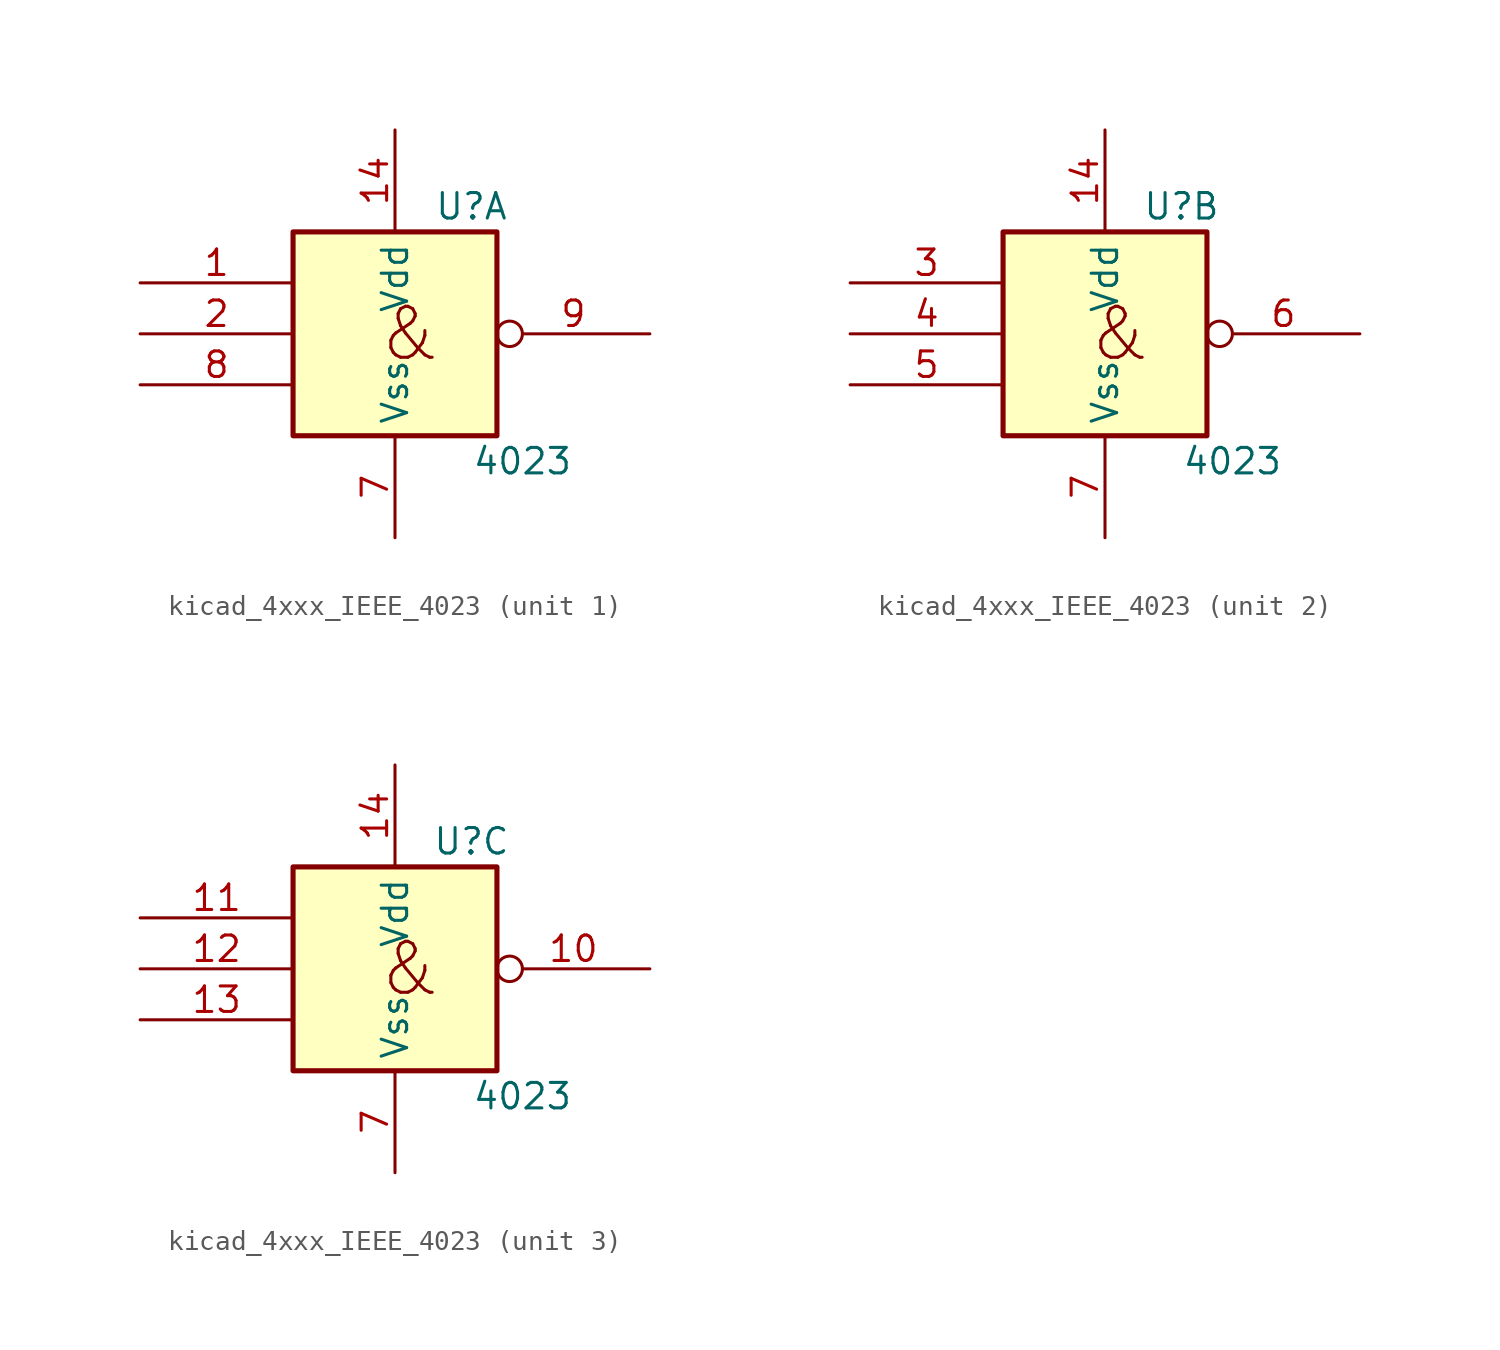
<source format=kicad_sym>
(kicad_symbol_lib
  (version 20220914)
  (generator kicad_symbol_editor)
  (symbol "kicad_4xxx_IEEE_4023"
    (property "Reference" "U"
      (at 3.81 6.35 0)
      (effects (font (size 1.27 1.27))))
    (property "Value" "4023"
      (at 6.35 -6.35 0)
      (effects (font (size 1.27 1.27))))
    (symbol "kicad_4xxx_IEEE_4023_0_0"
      (rectangle (start -5.08 5.08) (end 5.08 -5.08) (stroke (width 0.254) (type default)) (fill (type background)))
      (text "&" (at 0.762 0 0) (effects (font (size 2.54 2.54)))))
    (symbol "kicad_4xxx_IEEE_4023_0_1"
      (pin power_in line (at 0 10.16 270) (length 5.08) (name "Vdd" (effects (font (size 1.27 1.27)))) (number "14" (effects (font (size 1.27 1.27)))))
      (pin power_in line (at 0 -10.16 90) (length 5.08) (name "Vss" (effects (font (size 1.27 1.27)))) (number "7" (effects (font (size 1.27 1.27))))))
    (symbol "kicad_4xxx_IEEE_4023_1_1"
      (pin input line (at -12.7 2.54 0) (length 7.62) (name "~" (effects (font (size 1.27 1.27)))) (number "1" (effects (font (size 1.27 1.27)))))
      (pin input line (at -12.7 0 0) (length 7.62) (name "~" (effects (font (size 1.27 1.27)))) (number "2" (effects (font (size 1.27 1.27)))))
      (pin input line (at -12.7 -2.54 0) (length 7.62) (name "~" (effects (font (size 1.27 1.27)))) (number "8" (effects (font (size 1.27 1.27)))))
      (pin output inverted (at 12.7 0 180) (length 7.62) (name "~" (effects (font (size 1.27 1.27)))) (number "9" (effects (font (size 1.27 1.27))))))
    (symbol "kicad_4xxx_IEEE_4023_2_1"
      (pin input line (at -12.7 2.54 0) (length 7.62) (name "~" (effects (font (size 1.27 1.27)))) (number "3" (effects (font (size 1.27 1.27)))))
      (pin input line (at -12.7 0 0) (length 7.62) (name "~" (effects (font (size 1.27 1.27)))) (number "4" (effects (font (size 1.27 1.27)))))
      (pin input line (at -12.7 -2.54 0) (length 7.62) (name "~" (effects (font (size 1.27 1.27)))) (number "5" (effects (font (size 1.27 1.27)))))
      (pin output inverted (at 12.7 0 180) (length 7.62) (name "~" (effects (font (size 1.27 1.27)))) (number "6" (effects (font (size 1.27 1.27))))))
    (symbol "kicad_4xxx_IEEE_4023_3_1"
      (pin output inverted (at 12.7 0 180) (length 7.62) (name "~" (effects (font (size 1.27 1.27)))) (number "10" (effects (font (size 1.27 1.27)))))
      (pin input line (at -12.7 2.54 0) (length 7.62) (name "~" (effects (font (size 1.27 1.27)))) (number "11" (effects (font (size 1.27 1.27)))))
      (pin input line (at -12.7 0 0) (length 7.62) (name "~" (effects (font (size 1.27 1.27)))) (number "12" (effects (font (size 1.27 1.27)))))
      (pin input line (at -12.7 -2.54 0) (length 7.62) (name "~" (effects (font (size 1.27 1.27)))) (number "13" (effects (font (size 1.27 1.27))))))))
</source>
